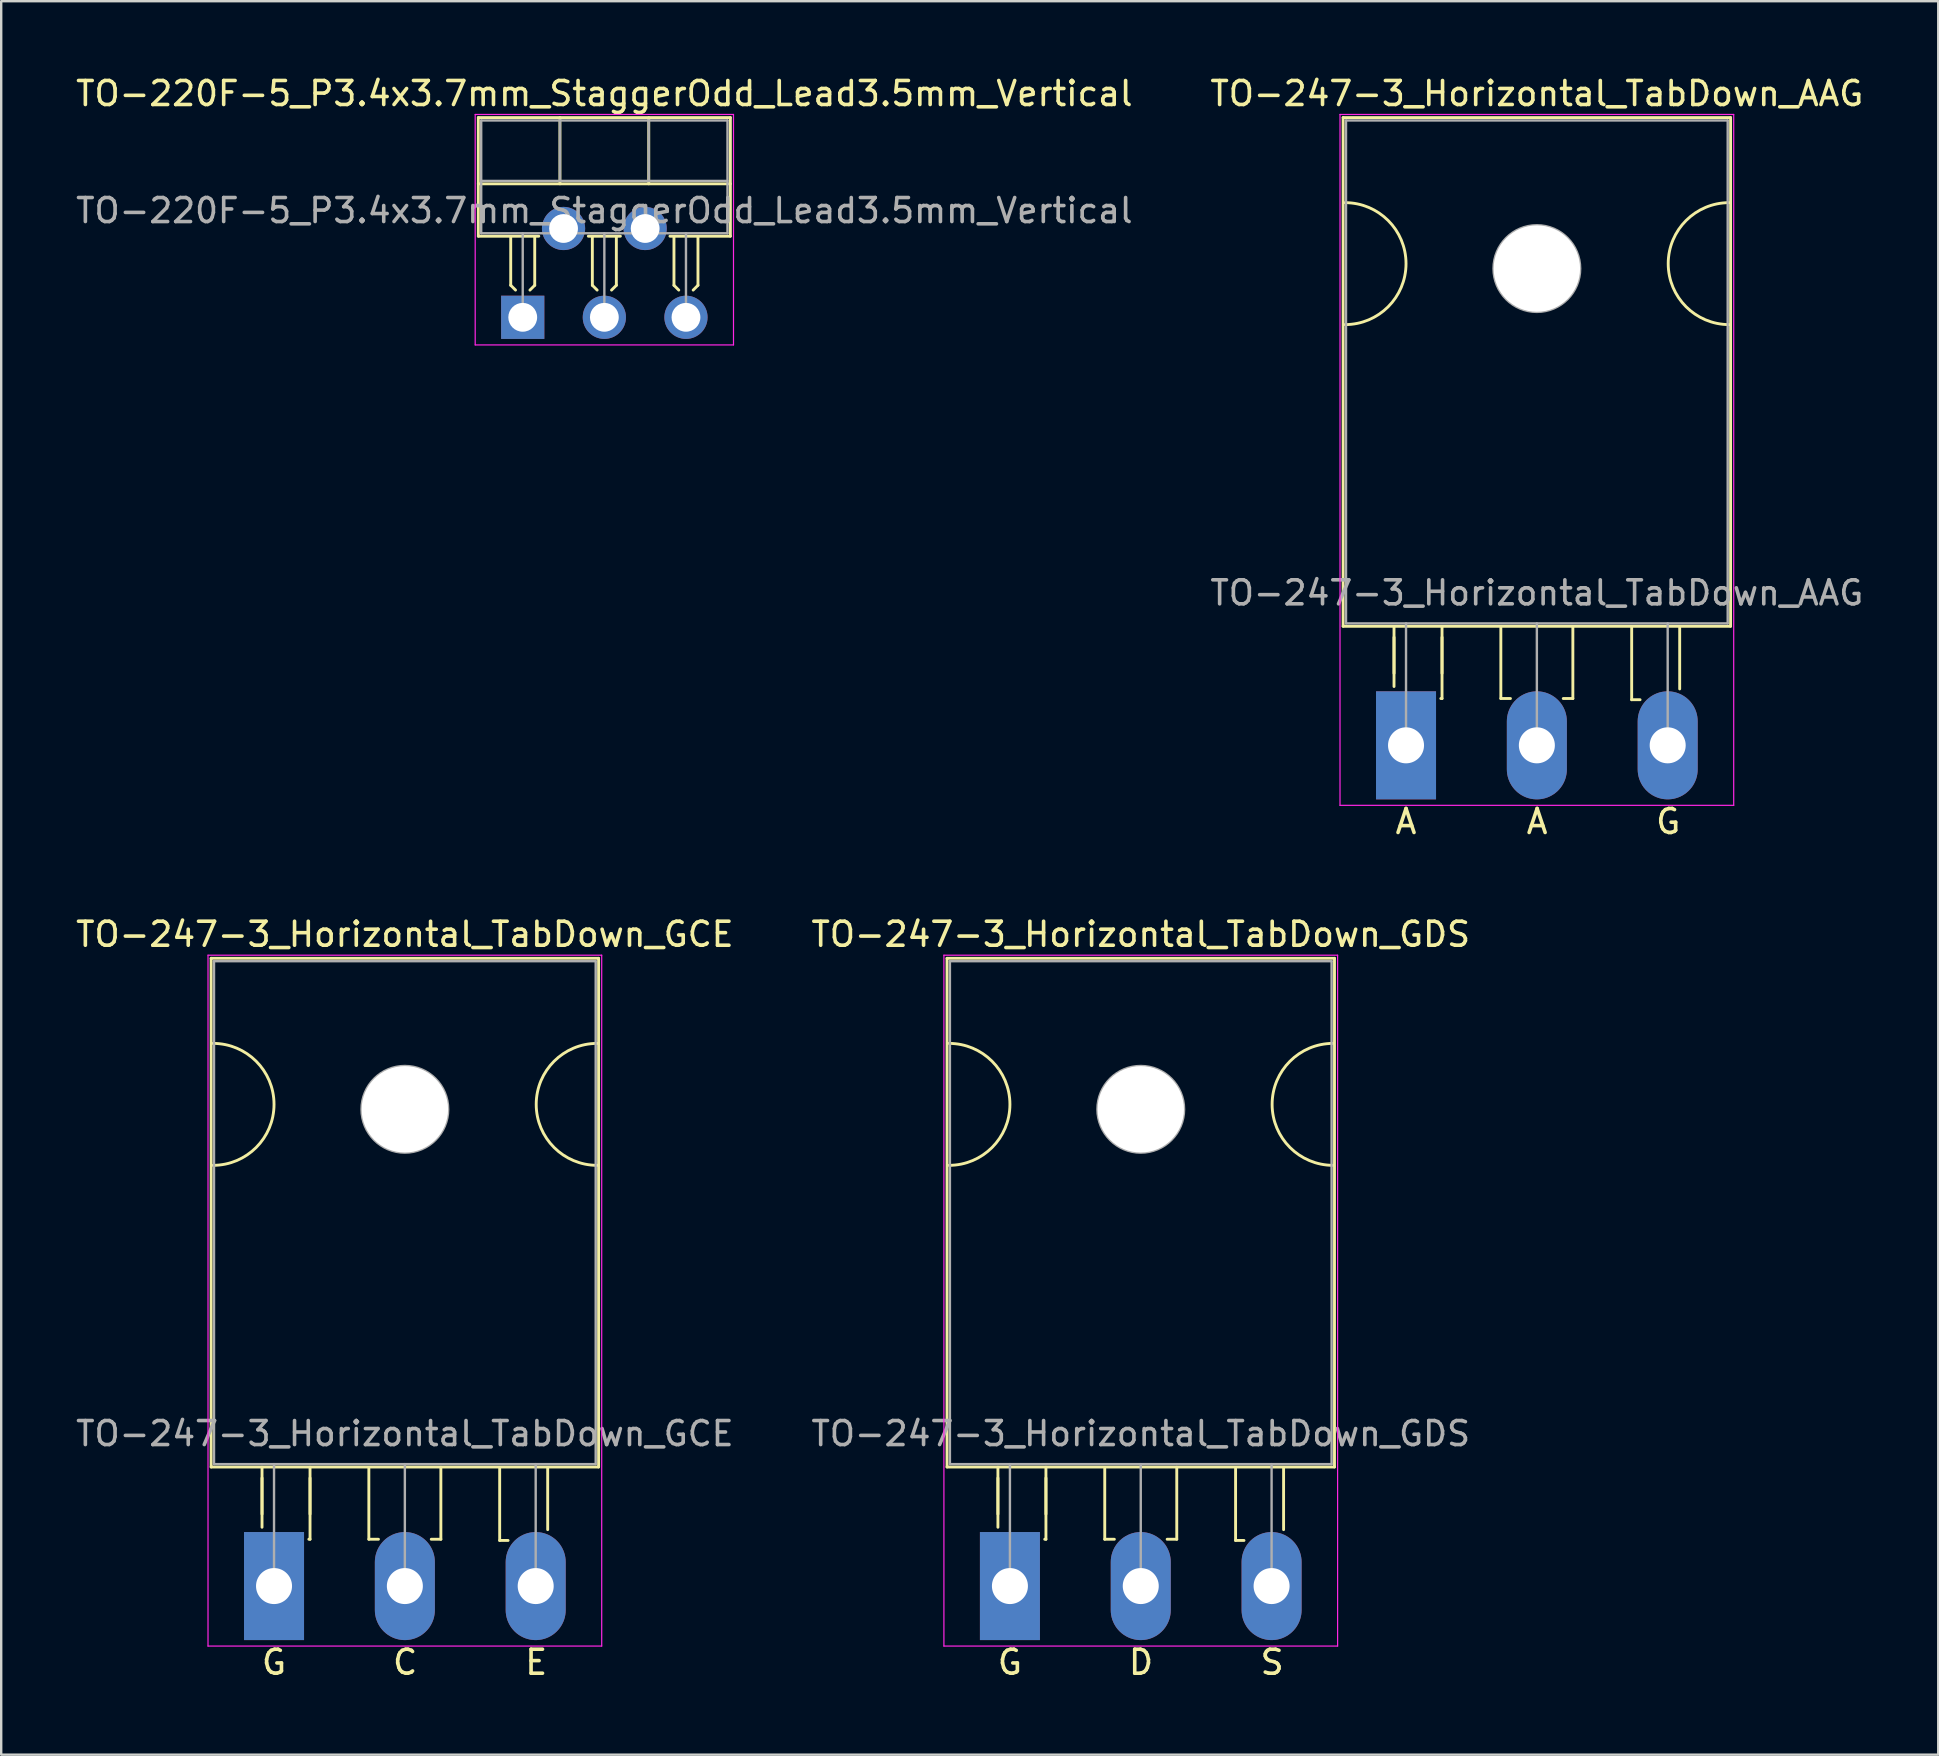
<source format=kicad_pcb>
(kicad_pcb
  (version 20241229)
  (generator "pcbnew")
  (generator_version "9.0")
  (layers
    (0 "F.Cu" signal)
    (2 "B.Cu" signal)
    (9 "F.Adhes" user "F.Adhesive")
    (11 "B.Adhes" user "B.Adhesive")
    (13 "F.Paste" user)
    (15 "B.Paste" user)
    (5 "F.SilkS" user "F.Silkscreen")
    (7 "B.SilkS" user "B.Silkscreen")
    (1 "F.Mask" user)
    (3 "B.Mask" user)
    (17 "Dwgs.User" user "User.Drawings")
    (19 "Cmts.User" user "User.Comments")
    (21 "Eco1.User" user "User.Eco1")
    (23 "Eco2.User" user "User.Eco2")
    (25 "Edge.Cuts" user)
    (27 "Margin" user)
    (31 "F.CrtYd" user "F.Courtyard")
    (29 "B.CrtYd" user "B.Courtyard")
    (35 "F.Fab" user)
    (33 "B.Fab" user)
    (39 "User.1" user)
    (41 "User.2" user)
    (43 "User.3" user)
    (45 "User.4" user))
  (footprint "TO-247-3_Horizontal_TabDown_AAG"
    (layer "F.Cu")
    (at 55.52 27.998)
    (property "Reference" "TO-247-3_Horizontal_TabDown_AAG" (at 5.45 -27.15 0) (layer "F.SilkS") (effects (font (size 1 1) (thickness 0.15))))
    (fp_line (start -2.62 -26.15) (end -2.62 -4.96) (stroke (width 0.12) (type solid)) (layer "F.SilkS"))
    (fp_line (start -2.62 -26.15) (end 13.52 -26.15) (stroke (width 0.12) (type solid)) (layer "F.SilkS"))
    (fp_line (start -2.62 -4.96) (end 13.52 -4.96) (stroke (width 0.12) (type solid)) (layer "F.SilkS"))
    (fp_line (start -0.5 -4.95) (end -0.5 -2.45) (stroke (width 0.12) (type solid)) (layer "F.SilkS"))
    (fp_line (start -0.5 -4.5) (end -0.5 -3) (stroke (width 0.12) (type solid)) (layer "F.SilkS"))
    (fp_line (start 1.5 -4.95) (end 1.5 -1.95) (stroke (width 0.12) (type solid)) (layer "F.SilkS"))
    (fp_line (start 1.5 -4.5) (end 1.5 -3) (stroke (width 0.12) (type solid)) (layer "F.SilkS"))
    (fp_line (start 1.5 -1.95) (end 1.45 -1.95) (stroke (width 0.12) (type solid)) (layer "F.SilkS"))
    (fp_line (start 3.95 -4.9) (end 3.95 -1.95) (stroke (width 0.12) (type solid)) (layer "F.SilkS"))
    (fp_line (start 3.95 -1.95) (end 4.35 -1.95) (stroke (width 0.12) (type solid)) (layer "F.SilkS"))
    (fp_line (start 6.95 -4.95) (end 6.95 -1.95) (stroke (width 0.12) (type solid)) (layer "F.SilkS"))
    (fp_line (start 6.95 -1.95) (end 6.55 -1.95) (stroke (width 0.12) (type solid)) (layer "F.SilkS"))
    (fp_line (start 9.4 -4.9) (end 9.4 -1.9) (stroke (width 0.12) (type solid)) (layer "F.SilkS"))
    (fp_line (start 9.4 -1.9) (end 9.75 -1.9) (stroke (width 0.12) (type solid)) (layer "F.SilkS"))
    (fp_line (start 11.4 -4.9) (end 11.4 -2.35) (stroke (width 0.12) (type solid)) (layer "F.SilkS"))
    (fp_line (start 13.52 -26.15) (end 13.52 -4.96) (stroke (width 0.12) (type solid)) (layer "F.SilkS"))
    (fp_arc (start -2.54 -22.606) (mid 0 -20.066) (end -2.54 -17.526) (stroke (width 0.12) (type solid)) (layer "F.SilkS"))
    (fp_arc (start 13.462 -17.526) (mid 10.922 -20.066) (end 13.462 -22.606) (stroke (width 0.12) (type solid)) (layer "F.SilkS"))
    (fp_line (start -2.75 -26.28) (end -2.75 2.5) (stroke (width 0.05) (type solid)) (layer "F.CrtYd"))
    (fp_line (start -2.75 2.5) (end 13.65 2.5) (stroke (width 0.05) (type solid)) (layer "F.CrtYd"))
    (fp_line (start 13.65 -26.28) (end -2.75 -26.28) (stroke (width 0.05) (type solid)) (layer "F.CrtYd"))
    (fp_line (start 13.65 2.5) (end 13.65 -26.28) (stroke (width 0.05) (type solid)) (layer "F.CrtYd"))
    (fp_line (start -2.5 -26.03) (end 13.4 -26.03) (stroke (width 0.1) (type solid)) (layer "F.Fab"))
    (fp_line (start -2.5 -5.08) (end -2.5 -26.03) (stroke (width 0.1) (type solid)) (layer "F.Fab"))
    (fp_line (start 0 -5.08) (end 0 0) (stroke (width 0.1) (type solid)) (layer "F.Fab"))
    (fp_line (start 5.45 -5.08) (end 5.45 0) (stroke (width 0.1) (type solid)) (layer "F.Fab"))
    (fp_line (start 10.9 -5.08) (end 10.9 0) (stroke (width 0.1) (type solid)) (layer "F.Fab"))
    (fp_line (start 13.4 -26.03) (end 13.4 -5.08) (stroke (width 0.1) (type solid)) (layer "F.Fab"))
    (fp_line (start 13.4 -5.08) (end -2.5 -5.08) (stroke (width 0.1) (type solid)) (layer "F.Fab"))
    (fp_circle (center 5.45 -19.86) (end 7.255 -19.86) (stroke (width 0.1) (type solid)) (fill no) (layer "F.Fab"))
    (fp_text user "A" (at 0 3.175 0) (unlocked yes) (layer "F.SilkS") (effects (font (size 1 1) (thickness 0.15))))
    (fp_text user "A" (at 5.461 3.175 0) (unlocked yes) (layer "F.SilkS") (effects (font (size 1 1) (thickness 0.15))))
    (fp_text user "G" (at 10.922 3.175 0) (unlocked yes) (layer "F.SilkS") (effects (font (size 1 1) (thickness 0.15))))
    (fp_text user "${REFERENCE}" (at 5.45 -6.35 0) (layer "F.Fab") (effects (font (size 1 1) (thickness 0.15))))
    (pad "" np_thru_hole oval (at 5.45 -19.86) (size 3.6 3.6) (drill 3.6) (layers "*.Cu" "*.Mask"))
    (pad "1" thru_hole rect (at 0 0) (size 2.5 4.5) (drill 1.5) (layers "*.Cu" "*.Mask"))
    (pad "2" thru_hole oval (at 5.45 0) (size 2.5 4.5) (drill 1.5) (layers "*.Cu" "*.Mask"))
    (pad "3" thru_hole oval (at 10.9 0) (size 2.5 4.5) (drill 1.5) (layers "*.Cu" "*.Mask")))
  (footprint "TO-220F-5_P3.4x3.7mm_StaggerOdd_Lead3.5mm_Vertical"
    (layer "F.Cu")
    (at 18.725 10.168)
    (property "Reference" "TO-220F-5_P3.4x3.7mm_StaggerOdd_Lead3.5mm_Vertical" (at 3.4 -9.32 0) (layer "F.SilkS") (effects (font (size 1 1) (thickness 0.15))))
    (attr through_hole)
    (fp_line (start -1.85 -8.32) (end -1.85 -3.379) (stroke (width 0.12) (type solid)) (layer "F.SilkS"))
    (fp_line (start -1.85 -8.32) (end 8.65 -8.32) (stroke (width 0.12) (type solid)) (layer "F.SilkS"))
    (fp_line (start -1.85 -5.561) (end 8.65 -5.561) (stroke (width 0.12) (type solid)) (layer "F.SilkS"))
    (fp_line (start -1.85 -3.379) (end 0.669 -3.379) (stroke (width 0.12) (type solid)) (layer "F.SilkS"))
    (fp_line (start -0.5 -3.363) (end -0.5 -1.334) (stroke (width 0.12) (type solid)) (layer "F.SilkS"))
    (fp_line (start -0.5 -1.334) (end -0.3 -1.134) (stroke (width 0.12) (type solid)) (layer "F.SilkS"))
    (fp_line (start 0.5 -3.363) (end 0.5 -1.334) (stroke (width 0.12) (type solid)) (layer "F.SilkS"))
    (fp_line (start 0.5 -1.334) (end 0.3 -1.134) (stroke (width 0.12) (type solid)) (layer "F.SilkS"))
    (fp_line (start 1.55 -8.32) (end 1.55 -5.561) (stroke (width 0.12) (type solid)) (layer "F.SilkS"))
    (fp_line (start 2.732 -3.379) (end 4.069 -3.379) (stroke (width 0.12) (type solid)) (layer "F.SilkS"))
    (fp_line (start 2.9 -3.363) (end 2.9 -1.334) (stroke (width 0.12) (type solid)) (layer "F.SilkS"))
    (fp_line (start 2.9 -1.334) (end 3.1 -1.134) (stroke (width 0.12) (type solid)) (layer "F.SilkS"))
    (fp_line (start 3.9 -3.363) (end 3.9 -1.334) (stroke (width 0.12) (type solid)) (layer "F.SilkS"))
    (fp_line (start 3.9 -1.334) (end 3.7 -1.134) (stroke (width 0.12) (type solid)) (layer "F.SilkS"))
    (fp_line (start 5.25 -8.32) (end 5.25 -5.561) (stroke (width 0.12) (type solid)) (layer "F.SilkS"))
    (fp_line (start 6.132 -3.379) (end 8.65 -3.379) (stroke (width 0.12) (type solid)) (layer "F.SilkS"))
    (fp_line (start 6.3 -3.363) (end 6.3 -1.334) (stroke (width 0.12) (type solid)) (layer "F.SilkS"))
    (fp_line (start 6.3 -1.334) (end 6.5 -1.134) (stroke (width 0.12) (type solid)) (layer "F.SilkS"))
    (fp_line (start 7.3 -3.363) (end 7.3 -1.334) (stroke (width 0.12) (type solid)) (layer "F.SilkS"))
    (fp_line (start 7.3 -1.334) (end 7.1 -1.134) (stroke (width 0.12) (type solid)) (layer "F.SilkS"))
    (fp_line (start 8.65 -8.32) (end 8.65 -3.379) (stroke (width 0.12) (type solid)) (layer "F.SilkS"))
    (fp_line (start -1.98 -8.45) (end -1.98 1.15) (stroke (width 0.05) (type solid)) (layer "F.CrtYd"))
    (fp_line (start -1.98 1.15) (end 8.78 1.15) (stroke (width 0.05) (type solid)) (layer "F.CrtYd"))
    (fp_line (start 8.78 -8.45) (end -1.98 -8.45) (stroke (width 0.05) (type solid)) (layer "F.CrtYd"))
    (fp_line (start 8.78 1.15) (end 8.78 -8.45) (stroke (width 0.05) (type solid)) (layer "F.CrtYd"))
    (fp_line (start -1.73 -8.2) (end -1.73 -3.5) (stroke (width 0.1) (type solid)) (layer "F.Fab"))
    (fp_line (start -1.73 -5.68) (end 8.53 -5.68) (stroke (width 0.1) (type solid)) (layer "F.Fab"))
    (fp_line (start -1.73 -3.5) (end 8.53 -3.5) (stroke (width 0.1) (type solid)) (layer "F.Fab"))
    (fp_line (start 0 -3.5) (end 0 0) (stroke (width 0.1) (type solid)) (layer "F.Fab"))
    (fp_line (start 1.55 -8.2) (end 1.55 -5.68) (stroke (width 0.1) (type solid)) (layer "F.Fab"))
    (fp_line (start 3.4 -3.5) (end 3.4 0) (stroke (width 0.1) (type solid)) (layer "F.Fab"))
    (fp_line (start 5.25 -8.2) (end 5.25 -5.68) (stroke (width 0.1) (type solid)) (layer "F.Fab"))
    (fp_line (start 6.8 -3.5) (end 6.8 0) (stroke (width 0.1) (type solid)) (layer "F.Fab"))
    (fp_line (start 8.53 -8.2) (end -1.73 -8.2) (stroke (width 0.1) (type solid)) (layer "F.Fab"))
    (fp_line (start 8.53 -3.5) (end 8.53 -8.2) (stroke (width 0.1) (type solid)) (layer "F.Fab"))
    (fp_text user "${REFERENCE}" (at 3.4 -4.445 0) (layer "F.Fab") (effects (font (size 1 1) (thickness 0.15))))
    (pad "1" thru_hole rect (at 0 0) (size 1.8 1.8) (drill 1.2) (layers "*.Cu" "*.Mask"))
    (pad "2" thru_hole oval (at 1.7 -3.7) (size 1.8 1.8) (drill 1.2) (layers "*.Cu" "*.Mask"))
    (pad "3" thru_hole oval (at 3.4 0) (size 1.8 1.8) (drill 1.2) (layers "*.Cu" "*.Mask"))
    (pad "4" thru_hole oval (at 5.1 -3.7) (size 1.8 1.8) (drill 1.2) (layers "*.Cu" "*.Mask"))
    (pad "5" thru_hole oval (at 6.8 0) (size 1.8 1.8) (drill 1.2) (layers "*.Cu" "*.Mask")))
  (footprint "TO-247-3_Horizontal_TabDown_GCE"
    (layer "F.Cu")
    (at 8.365 63.02)
    (property "Reference" "TO-247-3_Horizontal_TabDown_GCE" (at 5.45 -27.15 0) (layer "F.SilkS") (effects (font (size 1 1) (thickness 0.15))))
    (fp_line (start -2.62 -26.15) (end -2.62 -4.96) (stroke (width 0.12) (type solid)) (layer "F.SilkS"))
    (fp_line (start -2.62 -26.15) (end 13.52 -26.15) (stroke (width 0.12) (type solid)) (layer "F.SilkS"))
    (fp_line (start -2.62 -4.96) (end 13.52 -4.96) (stroke (width 0.12) (type solid)) (layer "F.SilkS"))
    (fp_line (start -0.5 -4.95) (end -0.5 -2.45) (stroke (width 0.12) (type solid)) (layer "F.SilkS"))
    (fp_line (start -0.5 -4.5) (end -0.5 -3) (stroke (width 0.12) (type solid)) (layer "F.SilkS"))
    (fp_line (start 1.5 -4.95) (end 1.5 -1.95) (stroke (width 0.12) (type solid)) (layer "F.SilkS"))
    (fp_line (start 1.5 -4.5) (end 1.5 -3) (stroke (width 0.12) (type solid)) (layer "F.SilkS"))
    (fp_line (start 1.5 -1.95) (end 1.45 -1.95) (stroke (width 0.12) (type solid)) (layer "F.SilkS"))
    (fp_line (start 3.95 -4.9) (end 3.95 -1.95) (stroke (width 0.12) (type solid)) (layer "F.SilkS"))
    (fp_line (start 3.95 -1.95) (end 4.35 -1.95) (stroke (width 0.12) (type solid)) (layer "F.SilkS"))
    (fp_line (start 6.95 -4.95) (end 6.95 -1.95) (stroke (width 0.12) (type solid)) (layer "F.SilkS"))
    (fp_line (start 6.95 -1.95) (end 6.55 -1.95) (stroke (width 0.12) (type solid)) (layer "F.SilkS"))
    (fp_line (start 9.4 -4.9) (end 9.4 -1.9) (stroke (width 0.12) (type solid)) (layer "F.SilkS"))
    (fp_line (start 9.4 -1.9) (end 9.75 -1.9) (stroke (width 0.12) (type solid)) (layer "F.SilkS"))
    (fp_line (start 11.4 -4.9) (end 11.4 -2.35) (stroke (width 0.12) (type solid)) (layer "F.SilkS"))
    (fp_line (start 13.52 -26.15) (end 13.52 -4.96) (stroke (width 0.12) (type solid)) (layer "F.SilkS"))
    (fp_arc (start -2.54 -22.606) (mid 0 -20.066) (end -2.54 -17.526) (stroke (width 0.12) (type solid)) (layer "F.SilkS"))
    (fp_arc (start 13.462 -17.526) (mid 10.922 -20.066) (end 13.462 -22.606) (stroke (width 0.12) (type solid)) (layer "F.SilkS"))
    (fp_line (start -2.75 -26.28) (end -2.75 2.5) (stroke (width 0.05) (type solid)) (layer "F.CrtYd"))
    (fp_line (start -2.75 2.5) (end 13.65 2.5) (stroke (width 0.05) (type solid)) (layer "F.CrtYd"))
    (fp_line (start 13.65 -26.28) (end -2.75 -26.28) (stroke (width 0.05) (type solid)) (layer "F.CrtYd"))
    (fp_line (start 13.65 2.5) (end 13.65 -26.28) (stroke (width 0.05) (type solid)) (layer "F.CrtYd"))
    (fp_line (start -2.5 -26.03) (end 13.4 -26.03) (stroke (width 0.1) (type solid)) (layer "F.Fab"))
    (fp_line (start -2.5 -5.08) (end -2.5 -26.03) (stroke (width 0.1) (type solid)) (layer "F.Fab"))
    (fp_line (start 0 -5.08) (end 0 0) (stroke (width 0.1) (type solid)) (layer "F.Fab"))
    (fp_line (start 5.45 -5.08) (end 5.45 0) (stroke (width 0.1) (type solid)) (layer "F.Fab"))
    (fp_line (start 10.9 -5.08) (end 10.9 0) (stroke (width 0.1) (type solid)) (layer "F.Fab"))
    (fp_line (start 13.4 -26.03) (end 13.4 -5.08) (stroke (width 0.1) (type solid)) (layer "F.Fab"))
    (fp_line (start 13.4 -5.08) (end -2.5 -5.08) (stroke (width 0.1) (type solid)) (layer "F.Fab"))
    (fp_circle (center 5.45 -19.86) (end 7.255 -19.86) (stroke (width 0.1) (type solid)) (fill no) (layer "F.Fab"))
    (fp_text user "C" (at 5.461 3.175 0) (unlocked yes) (layer "F.SilkS") (effects (font (size 1 1) (thickness 0.15))))
    (fp_text user "E" (at 10.922 3.175 0) (unlocked yes) (layer "F.SilkS") (effects (font (size 1 1) (thickness 0.15))))
    (fp_text user "G" (at 0 3.175 0) (unlocked yes) (layer "F.SilkS") (effects (font (size 1 1) (thickness 0.15))))
    (fp_text user "${REFERENCE}" (at 5.45 -6.35 0) (layer "F.Fab") (effects (font (size 1 1) (thickness 0.15))))
    (pad "" np_thru_hole oval (at 5.45 -19.86) (size 3.6 3.6) (drill 3.6) (layers "*.Cu" "*.Mask"))
    (pad "1" thru_hole rect (at 0 0) (size 2.5 4.5) (drill 1.5) (layers "*.Cu" "*.Mask"))
    (pad "2" thru_hole oval (at 5.45 0) (size 2.5 4.5) (drill 1.5) (layers "*.Cu" "*.Mask"))
    (pad "3" thru_hole oval (at 10.9 0) (size 2.5 4.5) (drill 1.5) (layers "*.Cu" "*.Mask")))
  (footprint "TO-247-3_Horizontal_TabDown_GDS"
    (layer "F.Cu")
    (at 39.02 63.02)
    (property "Reference" "TO-247-3_Horizontal_TabDown_GDS" (at 5.45 -27.15 0) (layer "F.SilkS") (effects (font (size 1 1) (thickness 0.15))))
    (fp_line (start -2.62 -26.15) (end -2.62 -4.96) (stroke (width 0.12) (type solid)) (layer "F.SilkS"))
    (fp_line (start -2.62 -26.15) (end 13.52 -26.15) (stroke (width 0.12) (type solid)) (layer "F.SilkS"))
    (fp_line (start -2.62 -4.96) (end 13.52 -4.96) (stroke (width 0.12) (type solid)) (layer "F.SilkS"))
    (fp_line (start -0.5 -4.95) (end -0.5 -2.45) (stroke (width 0.12) (type solid)) (layer "F.SilkS"))
    (fp_line (start -0.5 -4.5) (end -0.5 -3) (stroke (width 0.12) (type solid)) (layer "F.SilkS"))
    (fp_line (start 1.5 -4.95) (end 1.5 -1.95) (stroke (width 0.12) (type solid)) (layer "F.SilkS"))
    (fp_line (start 1.5 -4.5) (end 1.5 -3) (stroke (width 0.12) (type solid)) (layer "F.SilkS"))
    (fp_line (start 1.5 -1.95) (end 1.45 -1.95) (stroke (width 0.12) (type solid)) (layer "F.SilkS"))
    (fp_line (start 3.95 -4.9) (end 3.95 -1.95) (stroke (width 0.12) (type solid)) (layer "F.SilkS"))
    (fp_line (start 3.95 -1.95) (end 4.35 -1.95) (stroke (width 0.12) (type solid)) (layer "F.SilkS"))
    (fp_line (start 6.95 -4.95) (end 6.95 -1.95) (stroke (width 0.12) (type solid)) (layer "F.SilkS"))
    (fp_line (start 6.95 -1.95) (end 6.55 -1.95) (stroke (width 0.12) (type solid)) (layer "F.SilkS"))
    (fp_line (start 9.4 -4.9) (end 9.4 -1.9) (stroke (width 0.12) (type solid)) (layer "F.SilkS"))
    (fp_line (start 9.4 -1.9) (end 9.75 -1.9) (stroke (width 0.12) (type solid)) (layer "F.SilkS"))
    (fp_line (start 11.4 -4.9) (end 11.4 -2.35) (stroke (width 0.12) (type solid)) (layer "F.SilkS"))
    (fp_line (start 13.52 -26.15) (end 13.52 -4.96) (stroke (width 0.12) (type solid)) (layer "F.SilkS"))
    (fp_arc (start -2.54 -22.606) (mid 0 -20.066) (end -2.54 -17.526) (stroke (width 0.12) (type solid)) (layer "F.SilkS"))
    (fp_arc (start 13.462 -17.526) (mid 10.922 -20.066) (end 13.462 -22.606) (stroke (width 0.12) (type solid)) (layer "F.SilkS"))
    (fp_line (start -2.75 -26.28) (end -2.75 2.5) (stroke (width 0.05) (type solid)) (layer "F.CrtYd"))
    (fp_line (start -2.75 2.5) (end 13.65 2.5) (stroke (width 0.05) (type solid)) (layer "F.CrtYd"))
    (fp_line (start 13.65 -26.28) (end -2.75 -26.28) (stroke (width 0.05) (type solid)) (layer "F.CrtYd"))
    (fp_line (start 13.65 2.5) (end 13.65 -26.28) (stroke (width 0.05) (type solid)) (layer "F.CrtYd"))
    (fp_line (start -2.5 -26.03) (end 13.4 -26.03) (stroke (width 0.1) (type solid)) (layer "F.Fab"))
    (fp_line (start -2.5 -5.08) (end -2.5 -26.03) (stroke (width 0.1) (type solid)) (layer "F.Fab"))
    (fp_line (start 0 -5.08) (end 0 0) (stroke (width 0.1) (type solid)) (layer "F.Fab"))
    (fp_line (start 5.45 -5.08) (end 5.45 0) (stroke (width 0.1) (type solid)) (layer "F.Fab"))
    (fp_line (start 10.9 -5.08) (end 10.9 0) (stroke (width 0.1) (type solid)) (layer "F.Fab"))
    (fp_line (start 13.4 -26.03) (end 13.4 -5.08) (stroke (width 0.1) (type solid)) (layer "F.Fab"))
    (fp_line (start 13.4 -5.08) (end -2.5 -5.08) (stroke (width 0.1) (type solid)) (layer "F.Fab"))
    (fp_circle (center 5.45 -19.86) (end 7.255 -19.86) (stroke (width 0.1) (type solid)) (fill no) (layer "F.Fab"))
    (fp_text user "G" (at 0 3.175 0) (unlocked yes) (layer "F.SilkS") (effects (font (size 1 1) (thickness 0.15))))
    (fp_text user "D" (at 5.461 3.175 0) (unlocked yes) (layer "F.SilkS") (effects (font (size 1 1) (thickness 0.15))))
    (fp_text user "S" (at 10.922 3.175 0) (unlocked yes) (layer "F.SilkS") (effects (font (size 1 1) (thickness 0.15))))
    (fp_text user "${REFERENCE}" (at 5.45 -6.35 0) (layer "F.Fab") (effects (font (size 1 1) (thickness 0.15))))
    (pad "" np_thru_hole oval (at 5.45 -19.86) (size 3.6 3.6) (drill 3.6) (layers "*.Cu" "*.Mask"))
    (pad "1" thru_hole rect (at 0 0) (size 2.5 4.5) (drill 1.5) (layers "*.Cu" "*.Mask"))
    (pad "2" thru_hole oval (at 5.45 0) (size 2.5 4.5) (drill 1.5) (layers "*.Cu" "*.Mask"))
    (pad "3" thru_hole oval (at 10.9 0) (size 2.5 4.5) (drill 1.5) (layers "*.Cu" "*.Mask")))
  (gr_rect
    (start -3 -3)
    (end 77.69 70.043)
    (stroke (width 0.1) (type default))
    (fill no)
    (layer "Edge.Cuts")))
</source>
